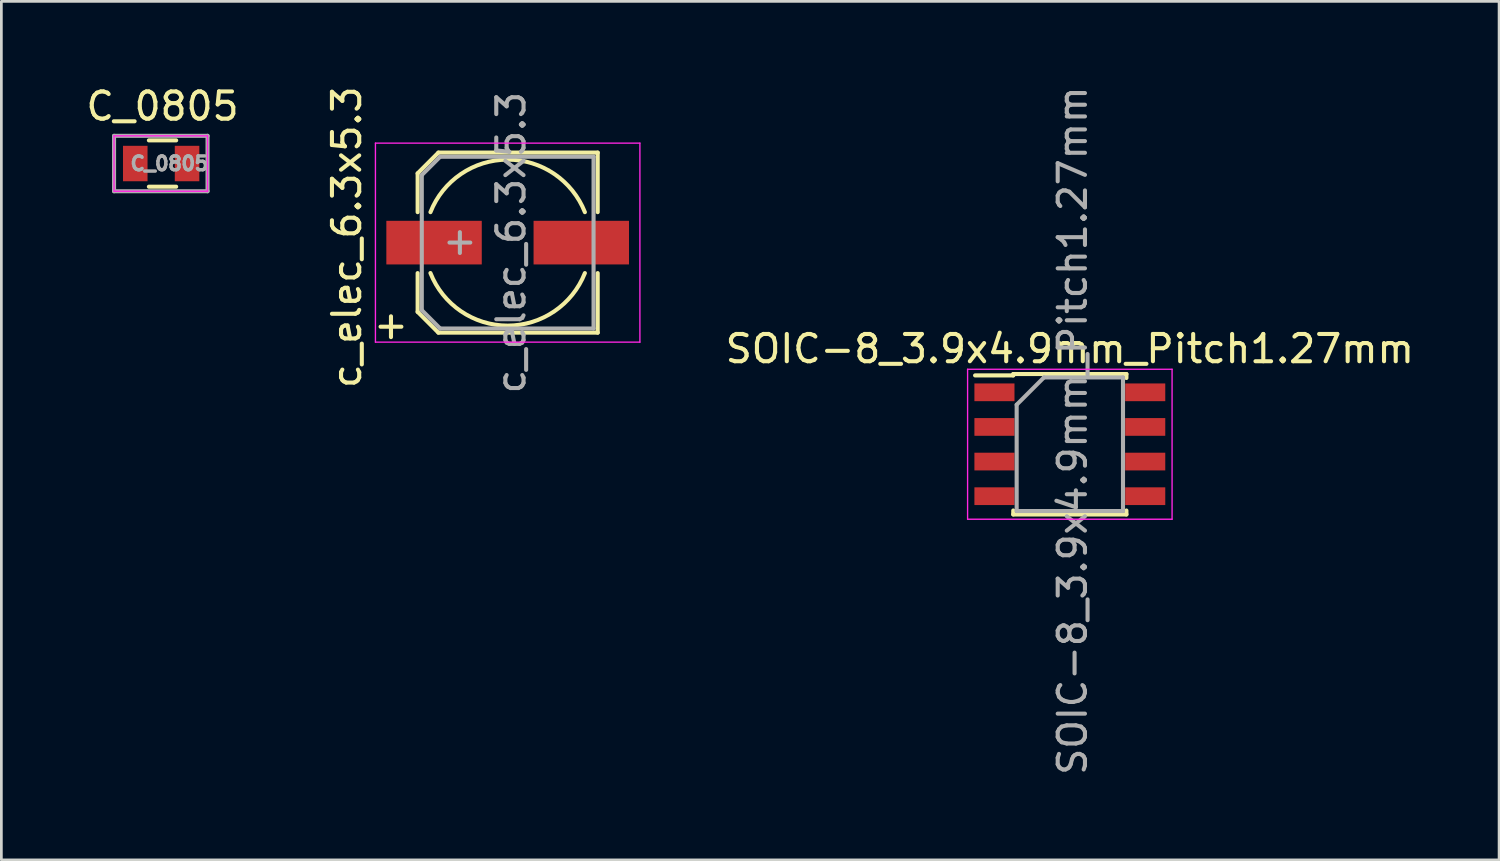
<source format=kicad_pcb>
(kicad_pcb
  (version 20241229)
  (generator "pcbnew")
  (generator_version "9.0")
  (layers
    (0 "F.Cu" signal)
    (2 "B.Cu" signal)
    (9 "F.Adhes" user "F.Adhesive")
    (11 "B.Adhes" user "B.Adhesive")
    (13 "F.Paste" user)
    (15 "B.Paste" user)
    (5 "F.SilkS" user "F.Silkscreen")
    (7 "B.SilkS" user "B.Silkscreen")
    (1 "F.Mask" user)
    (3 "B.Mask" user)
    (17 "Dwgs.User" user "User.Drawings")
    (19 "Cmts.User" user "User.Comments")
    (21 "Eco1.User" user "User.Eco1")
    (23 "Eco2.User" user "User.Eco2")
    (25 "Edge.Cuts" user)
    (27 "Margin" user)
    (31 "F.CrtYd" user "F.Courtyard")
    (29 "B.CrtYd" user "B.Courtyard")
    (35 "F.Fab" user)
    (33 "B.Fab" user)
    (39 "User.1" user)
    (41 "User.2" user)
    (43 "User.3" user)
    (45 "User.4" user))
  (footprint "c_elec_6.3x5.3"
    (layer "F.Cu")
    (at 15.57 5.849)
    (property "Reference" "c_elec_6.3x5.3" (at -5.9 -0.2 90) (layer "F.SilkS") (effects (font (size 1 1) (thickness 0.15))))
    (attr smd)
    (fp_line (start -3.302 -2.54) (end -3.302 -1.118) (stroke (width 0.15) (type solid)) (layer "F.SilkS"))
    (fp_line (start -3.302 -2.54) (end -2.54 -3.302) (stroke (width 0.15) (type solid)) (layer "F.SilkS"))
    (fp_line (start -3.302 2.54) (end -3.302 1.118) (stroke (width 0.15) (type solid)) (layer "F.SilkS"))
    (fp_line (start -2.54 -3.302) (end 3.302 -3.302) (stroke (width 0.15) (type solid)) (layer "F.SilkS"))
    (fp_line (start -2.54 3.302) (end -3.302 2.54) (stroke (width 0.15) (type solid)) (layer "F.SilkS"))
    (fp_line (start 3.302 -3.302) (end 3.302 -1.118) (stroke (width 0.15) (type solid)) (layer "F.SilkS"))
    (fp_line (start 3.302 3.302) (end -2.54 3.302) (stroke (width 0.15) (type solid)) (layer "F.SilkS"))
    (fp_line (start 3.302 3.302) (end 3.302 1.118) (stroke (width 0.15) (type solid)) (layer "F.SilkS"))
    (fp_arc (start -2.8321 -1.1176) (mid 0 -3.044638) (end 2.8321 -1.1176) (stroke (width 0.15) (type solid)) (layer "F.SilkS"))
    (fp_arc (start 2.8321 1.1176) (mid -0.001072 3.044638) (end -2.832886 1.115606) (stroke (width 0.15) (type solid)) (layer "F.SilkS"))
    (fp_line (start -4.85 -3.65) (end -4.85 3.65) (stroke (width 0.05) (type solid)) (layer "F.CrtYd"))
    (fp_line (start -4.85 3.65) (end 4.85 3.65) (stroke (width 0.05) (type solid)) (layer "F.CrtYd"))
    (fp_line (start 4.85 -3.65) (end -4.85 -3.65) (stroke (width 0.05) (type solid)) (layer "F.CrtYd"))
    (fp_line (start 4.85 3.65) (end 4.85 -3.65) (stroke (width 0.05) (type solid)) (layer "F.CrtYd"))
    (fp_line (start -3.15 -2.477) (end -3.15 2.477) (stroke (width 0.15) (type solid)) (layer "F.Fab"))
    (fp_line (start -3.15 2.477) (end -2.477 3.15) (stroke (width 0.15) (type solid)) (layer "F.Fab"))
    (fp_line (start -2.477 -3.15) (end -3.15 -2.477) (stroke (width 0.15) (type solid)) (layer "F.Fab"))
    (fp_line (start -2.477 3.15) (end 3.15 3.15) (stroke (width 0.15) (type solid)) (layer "F.Fab"))
    (fp_line (start 3.15 -3.15) (end -2.477 -3.15) (stroke (width 0.15) (type solid)) (layer "F.Fab"))
    (fp_line (start 3.15 3.15) (end 3.15 -3.15) (stroke (width 0.15) (type solid)) (layer "F.Fab"))
    (fp_text user "+" (at -4.28 3.01 0) (layer "F.SilkS") (effects (font (size 1 1) (thickness 0.15))))
    (fp_text user "+" (at -1.753 -0.076 0) (layer "F.Fab") (effects (font (size 1 1) (thickness 0.15))))
    (fp_text user "${REFERENCE}" (at 0.127 0 90) (layer "F.Fab") (effects (font (size 1 1) (thickness 0.15))))
    (pad "1" smd rect (at -2.7 0 180) (size 3.5 1.6) (layers "F.Cu" "F.Mask" "F.Paste"))
    (pad "2" smd rect (at 2.7 0 180) (size 3.5 1.6) (layers "F.Cu" "F.Mask" "F.Paste")))
  (footprint "SOIC-8_3.9x4.9mm_Pitch1.27mm"
    (layer "F.Cu")
    (at 36.189 13.244)
    (property "Reference" "SOIC-8_3.9x4.9mm_Pitch1.27mm" (at 0 -3.5 0) (layer "F.SilkS") (effects (font (size 1 1) (thickness 0.15))))
    (attr smd)
    (fp_line (start -2.075 -2.575) (end -2.075 -2.525) (stroke (width 0.15) (type solid)) (layer "F.SilkS"))
    (fp_line (start -2.075 -2.575) (end 2.075 -2.575) (stroke (width 0.15) (type solid)) (layer "F.SilkS"))
    (fp_line (start -2.075 -2.525) (end -3.475 -2.525) (stroke (width 0.15) (type solid)) (layer "F.SilkS"))
    (fp_line (start -2.075 2.575) (end -2.075 2.43) (stroke (width 0.15) (type solid)) (layer "F.SilkS"))
    (fp_line (start -2.075 2.575) (end 2.075 2.575) (stroke (width 0.15) (type solid)) (layer "F.SilkS"))
    (fp_line (start 2.075 -2.575) (end 2.075 -2.43) (stroke (width 0.15) (type solid)) (layer "F.SilkS"))
    (fp_line (start 2.075 2.575) (end 2.075 2.43) (stroke (width 0.15) (type solid)) (layer "F.SilkS"))
    (fp_line (start -3.75 -2.75) (end -3.75 2.75) (stroke (width 0.05) (type solid)) (layer "F.CrtYd"))
    (fp_line (start -3.75 -2.75) (end 3.75 -2.75) (stroke (width 0.05) (type solid)) (layer "F.CrtYd"))
    (fp_line (start -3.75 2.75) (end 3.75 2.75) (stroke (width 0.05) (type solid)) (layer "F.CrtYd"))
    (fp_line (start 3.75 -2.75) (end 3.75 2.75) (stroke (width 0.05) (type solid)) (layer "F.CrtYd"))
    (fp_line (start -1.95 -1.45) (end -0.95 -2.45) (stroke (width 0.15) (type solid)) (layer "F.Fab"))
    (fp_line (start -1.95 2.45) (end -1.95 -1.45) (stroke (width 0.15) (type solid)) (layer "F.Fab"))
    (fp_line (start -0.95 -2.45) (end 1.95 -2.45) (stroke (width 0.15) (type solid)) (layer "F.Fab"))
    (fp_line (start 1.95 -2.45) (end 1.95 2.45) (stroke (width 0.15) (type solid)) (layer "F.Fab"))
    (fp_line (start 1.95 2.45) (end -1.95 2.45) (stroke (width 0.15) (type solid)) (layer "F.Fab"))
    (fp_text user "${REFERENCE}" (at 0.1 -0.5 90) (layer "F.Fab") (effects (font (size 1 1) (thickness 0.15))))
    (pad "1" smd rect (at -2.765 -1.905) (size 1.47 0.65) (layers "F.Cu" "F.Mask" "F.Paste"))
    (pad "2" smd rect (at -2.765 -0.635) (size 1.47 0.65) (layers "F.Cu" "F.Mask" "F.Paste"))
    (pad "3" smd rect (at -2.765 0.635) (size 1.47 0.65) (layers "F.Cu" "F.Mask" "F.Paste"))
    (pad "4" smd rect (at -2.765 1.905) (size 1.47 0.65) (layers "F.Cu" "F.Mask" "F.Paste"))
    (pad "5" smd rect (at 2.765 1.905) (size 1.47 0.65) (layers "F.Cu" "F.Mask" "F.Paste"))
    (pad "6" smd rect (at 2.765 0.635) (size 1.47 0.65) (layers "F.Cu" "F.Mask" "F.Paste"))
    (pad "7" smd rect (at 2.765 -0.635) (size 1.47 0.65) (layers "F.Cu" "F.Mask" "F.Paste"))
    (pad "8" smd rect (at 2.765 -1.905) (size 1.47 0.65) (layers "F.Cu" "F.Mask" "F.Paste")))
  (footprint "C_0805"
    (layer "F.Cu")
    (at 2.911 2.948)
    (property "Reference" "C_0805" (at 0 -2.1 0) (layer "F.SilkS") (effects (font (size 1 1) (thickness 0.15))))
    (attr smd)
    (fp_line (start -0.5 0.85) (end 0.5 0.85) (stroke (width 0.15) (type solid)) (layer "F.SilkS"))
    (fp_line (start 0.5 -0.85) (end -0.5 -0.85) (stroke (width 0.15) (type solid)) (layer "F.SilkS"))
    (fp_line (start -1.778 -1.016) (end -1.778 1.016) (stroke (width 0.05) (type solid)) (layer "F.CrtYd"))
    (fp_line (start -1.778 -1.016) (end 1.651 -1.016) (stroke (width 0.05) (type solid)) (layer "F.CrtYd"))
    (fp_line (start -1.778 1.016) (end 1.651 1.016) (stroke (width 0.05) (type solid)) (layer "F.CrtYd"))
    (fp_line (start 1.651 -1.016) (end 1.651 1.016) (stroke (width 0.05) (type solid)) (layer "F.CrtYd"))
    (fp_line (start -1.778 -1.016) (end 1.651 -1.016) (stroke (width 0.15) (type solid)) (layer "F.Fab"))
    (fp_line (start -1.778 1.016) (end -1.778 -1.016) (stroke (width 0.15) (type solid)) (layer "F.Fab"))
    (fp_line (start 1.651 -1.016) (end 1.651 1.016) (stroke (width 0.15) (type solid)) (layer "F.Fab"))
    (fp_line (start 1.651 1.016) (end -1.778 1.016) (stroke (width 0.15) (type solid)) (layer "F.Fab"))
    (fp_text user "${REFERENCE}" (at 0.254 0 0) (layer "F.Fab") (effects (font (size 0.508 0.508) (thickness 0.127))))
    (pad "1" smd rect (at -1 0) (size 0.9 1.3) (layers "F.Cu" "F.Mask" "F.Paste"))
    (pad "2" smd rect (at 0.9 0) (size 0.9 1.3) (layers "F.Cu" "F.Mask" "F.Paste")))
  (gr_rect
    (start -3 -3)
    (end 51.933 28.488)
    (stroke (width 0.1) (type default))
    (fill no)
    (layer "Edge.Cuts")))
</source>
